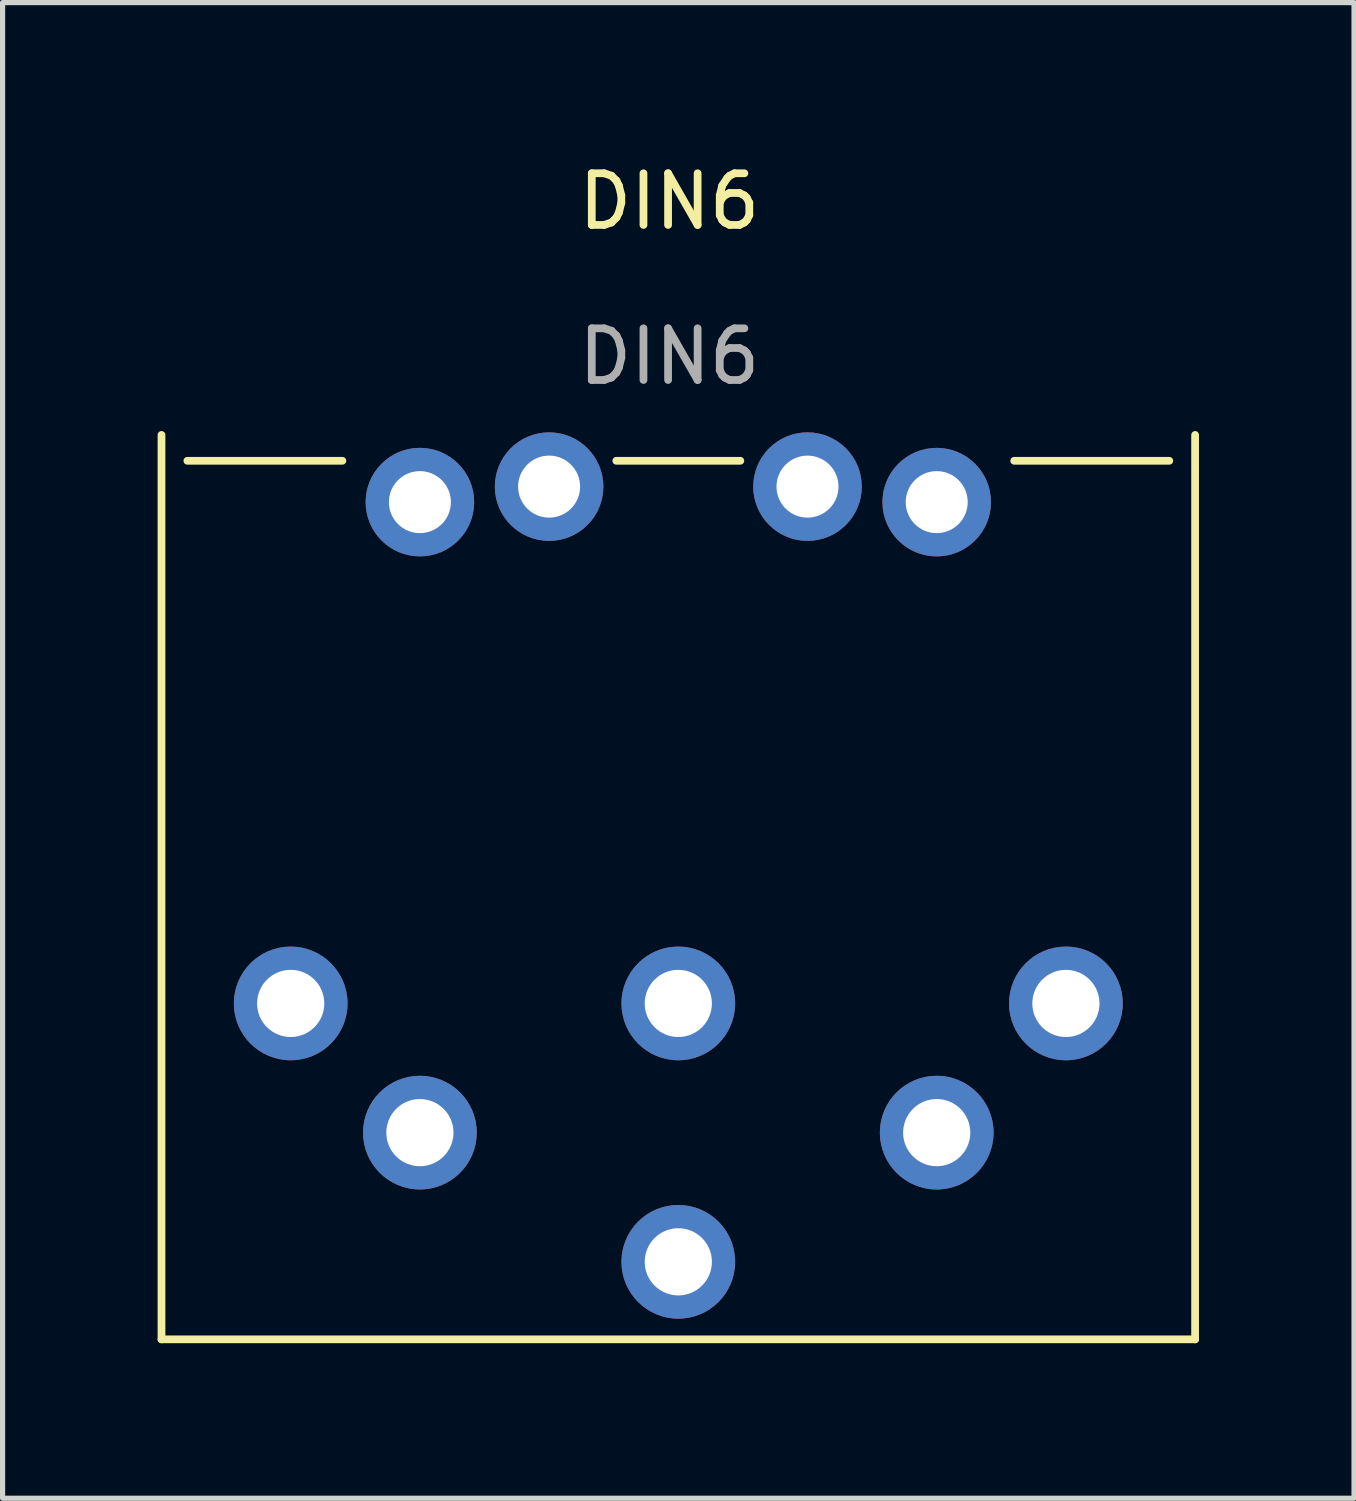
<source format=kicad_pcb>
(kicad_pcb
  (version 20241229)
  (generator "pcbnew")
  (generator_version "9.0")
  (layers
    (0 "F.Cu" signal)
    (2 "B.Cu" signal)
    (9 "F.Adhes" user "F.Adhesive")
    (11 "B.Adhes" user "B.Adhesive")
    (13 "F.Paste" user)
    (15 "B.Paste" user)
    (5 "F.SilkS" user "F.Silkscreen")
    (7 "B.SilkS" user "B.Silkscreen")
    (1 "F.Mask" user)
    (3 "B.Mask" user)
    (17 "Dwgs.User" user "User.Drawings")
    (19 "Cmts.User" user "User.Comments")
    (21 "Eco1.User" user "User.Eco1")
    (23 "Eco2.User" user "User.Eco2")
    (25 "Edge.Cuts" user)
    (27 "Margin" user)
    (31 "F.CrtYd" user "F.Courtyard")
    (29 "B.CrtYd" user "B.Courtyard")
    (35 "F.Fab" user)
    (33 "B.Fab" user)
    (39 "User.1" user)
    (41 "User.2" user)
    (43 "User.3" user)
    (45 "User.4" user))
  (footprint "DIN6"
    (layer "F.Cu")
    (at 9.901 10.73)
    (property "Reference" "DIN6" (at 0 -9.882 0) (unlocked yes) (layer "F.SilkS") (effects (font (size 1 1) (thickness 0.15))))
    (attr through_hole)
    (fp_line (start -9.826 -5.364) (end -9.826 12.136) (stroke (width 0.15) (type solid)) (layer "F.SilkS"))
    (fp_line (start -9.826 12.136) (end 10.174 12.136) (stroke (width 0.15) (type solid)) (layer "F.SilkS"))
    (fp_line (start -9.326 -4.864) (end -6.326 -4.864) (stroke (width 0.15) (type solid)) (layer "F.SilkS"))
    (fp_line (start -1.026 -4.864) (end 1.374 -4.864) (stroke (width 0.15) (type solid)) (layer "F.SilkS"))
    (fp_line (start 6.674 -4.864) (end 9.674 -4.864) (stroke (width 0.15) (type solid)) (layer "F.SilkS"))
    (fp_line (start 10.174 12.136) (end 10.174 -5.364) (stroke (width 0.15) (type solid)) (layer "F.SilkS"))
    (fp_text user "${REFERENCE}" (at 0 -6.882 0) (unlocked yes) (layer "F.Fab") (effects (font (size 1 1) (thickness 0.15))))
    (pad "" thru_hole circle (at -4.826 -4.064) (size 2.1 2.1) (drill 1.2) (layers "*.Cu" "*.Mask"))
    (pad "" thru_hole circle (at -2.326 -4.364) (size 2.1 2.1) (drill 1.2) (layers "*.Cu" "*.Mask"))
    (pad "" thru_hole circle (at 2.674 -4.364) (size 2.1 2.1) (drill 1.2) (layers "*.Cu" "*.Mask"))
    (pad "" thru_hole circle (at 5.174 -4.064) (size 2.1 2.1) (drill 1.2) (layers "*.Cu" "*.Mask"))
    (pad "1" thru_hole circle (at -7.326 5.636) (size 2.2 2.2) (drill 1.3) (layers "*.Cu" "*.Mask"))
    (pad "2" thru_hole circle (at -4.826 8.136) (size 2.2 2.2) (drill 1.3) (layers "*.Cu" "*.Mask"))
    (pad "3" thru_hole circle (at 0.174 5.636) (size 2.2 2.2) (drill 1.3) (layers "*.Cu" "*.Mask"))
    (pad "4" thru_hole circle (at 5.174 8.136) (size 2.2 2.2) (drill 1.3) (layers "*.Cu" "*.Mask"))
    (pad "5" thru_hole circle (at 7.674 5.636) (size 2.2 2.2) (drill 1.3) (layers "*.Cu" "*.Mask"))
    (pad "6" thru_hole circle (at 0.174 10.636) (size 2.2 2.2) (drill 1.3) (layers "*.Cu" "*.Mask")))
  (gr_rect
    (start -3 -3)
    (end 23.15 25.941)
    (stroke (width 0.1) (type default))
    (fill no)
    (layer "Edge.Cuts")))
</source>
